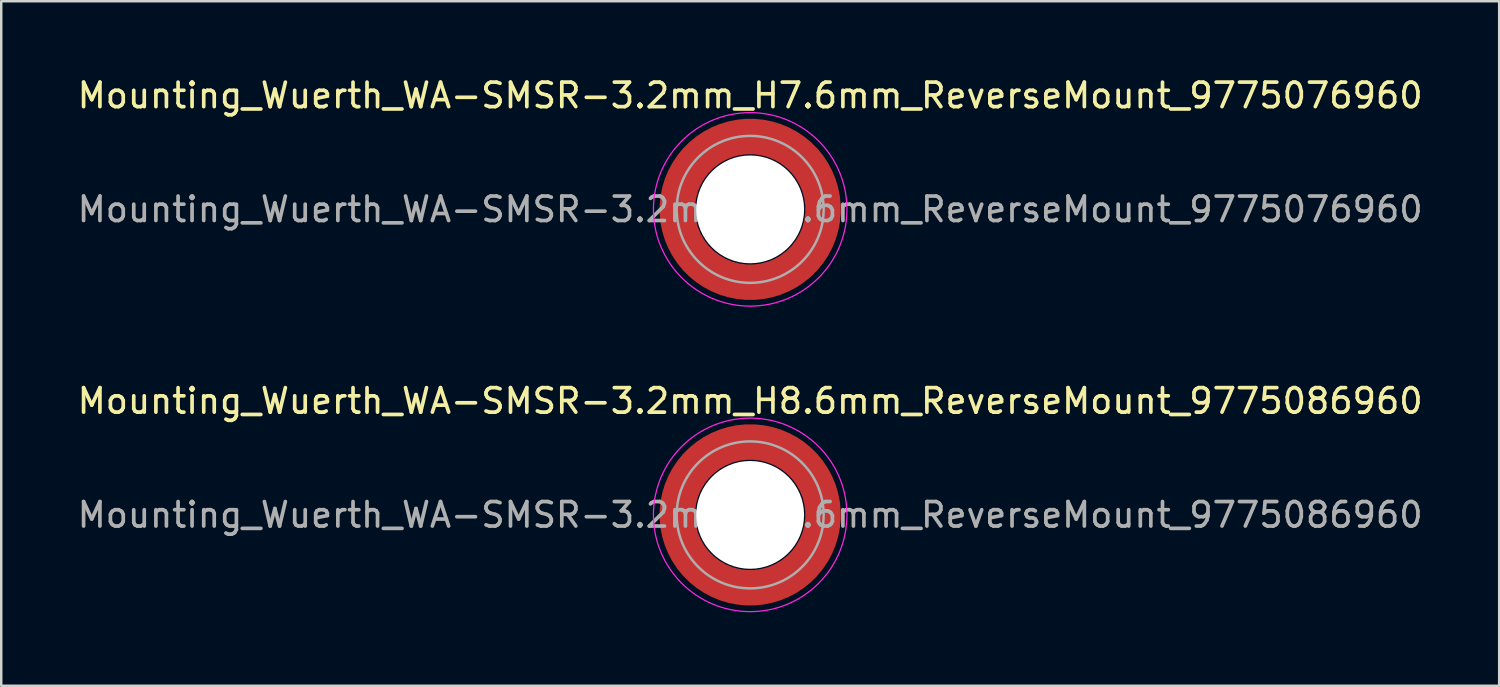
<source format=kicad_pcb>
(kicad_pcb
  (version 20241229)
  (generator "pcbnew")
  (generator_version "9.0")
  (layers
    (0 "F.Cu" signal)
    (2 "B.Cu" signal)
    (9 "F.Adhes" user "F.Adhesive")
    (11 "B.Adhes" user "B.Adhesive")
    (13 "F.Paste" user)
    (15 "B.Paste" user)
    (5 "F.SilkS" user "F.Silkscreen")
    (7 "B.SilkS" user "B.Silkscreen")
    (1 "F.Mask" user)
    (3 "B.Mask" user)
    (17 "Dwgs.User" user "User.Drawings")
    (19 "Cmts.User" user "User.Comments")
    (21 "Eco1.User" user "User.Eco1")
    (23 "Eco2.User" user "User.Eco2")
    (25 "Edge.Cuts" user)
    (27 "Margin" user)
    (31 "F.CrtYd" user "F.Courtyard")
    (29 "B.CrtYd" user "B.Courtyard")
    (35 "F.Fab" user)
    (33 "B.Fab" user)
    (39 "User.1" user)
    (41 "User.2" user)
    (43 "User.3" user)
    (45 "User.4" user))
  (footprint "Mounting_Wuerth_WA-SMSR-3.2mm_H7.6mm_ReverseMount_9775076960"
    (layer "F.Cu")
    (at 27.577 5.498)
    (property "Reference" "Mounting_Wuerth_WA-SMSR-3.2mm_H7.6mm_ReverseMount_9775076960" (at 0 -4.65 0) (layer "F.SilkS") (effects (font (size 1 1) (thickness 0.15))))
    (attr smd)
    (fp_circle (center 0 0) (end 3.95 0) (stroke (width 0.05) (type solid)) (fill no) (layer "F.CrtYd"))
    (fp_circle (center 0 0) (end 3 0) (stroke (width 0.1) (type solid)) (fill no) (layer "F.Fab"))
    (fp_text user "${REFERENCE}" (at 0 0 0) (layer "F.Fab") (effects (font (size 1 1) (thickness 0.15))))
    (pad "" smd custom (at -2.095 -2.095) (size 0.945 0.945) (layers "F.Paste") (options (anchor circle)) (primitives (gr_arc (start -0.24231 1.594804) (mid 0.404104 0.405534) (end 1.592827 -0.241886) (width 0.2)) (gr_arc (start -0.3398 1.594804) (mid 0.335987 0.338711) (end 1.591031 -0.339022) (width 0.2)) (gr_arc (start -0.437132 1.594804) (mid 0.268952 0.270807) (end 1.592231 -0.436623) (width 0.2)) (gr_arc (start -0.534324 1.594804) (mid 0.201345 0.203474) (end 1.591846 -0.53376) (width 0.2)) (gr_arc (start -0.631391 1.594804) (mid 0.134696 0.135183) (end 1.594126 -0.631267) (width 0.2)) (gr_arc (start -0.728345 1.594804) (mid 0.067234 0.067705) (end 1.594149 -0.728229) (width 0.2)) (gr_arc (start -0.825197 1.594804) (mid -0.001218 0.001219) (end 1.591408 -0.824614) (width 0.2)) (gr_arc (start -0.921958 1.594804) (mid -0.068952 -0.065985) (end 1.590665 -0.921269) (width 0.2)) (gr_arc (start -1.018637 1.594804) (mid -0.135972 -0.133906) (end 1.59192 -1.018172) (width 0.2)) (gr_arc (start -1.115239 1.594804) (mid -0.20428 -0.200537) (end 1.589574 -1.11442) (width 0.2)) (gr_arc (start -1.211773 1.594804) (mid -0.26993 -0.269828) (end 1.594662 -1.211752) (width 0.2)) (gr_arc (start -1.308244 1.594804) (mid -0.33911 -0.335587) (end 1.589875 -1.307516) (width 0.2)) (gr_arc (start -1.404657 1.594804) (mid -0.405633 -0.404004) (end 1.592524 -1.404331) (width 0.2)) (gr_arc (start -1.404657 1.594804) (mid -0.405633 -0.404004) (end 1.592524 -1.404331) (width 0.2)) (gr_line (start 1.595 -0.242) (end 1.595 -1.405) (width 0.2)) (gr_line (start -0.242 1.595) (end -1.405 1.595) (width 0.2))))
    (pad "" smd custom (at -2.095 2.095) (size 0.945 0.945) (layers "F.Paste") (options (anchor circle)) (primitives (gr_arc (start 1.594804 0.24231) (mid 0.405534 -0.404104) (end -0.241886 -1.592827) (width 0.2)) (gr_arc (start 1.594804 0.3398) (mid 0.338711 -0.335987) (end -0.339022 -1.591031) (width 0.2)) (gr_arc (start 1.594804 0.437132) (mid 0.270807 -0.268952) (end -0.436623 -1.592231) (width 0.2)) (gr_arc (start 1.594804 0.534324) (mid 0.203474 -0.201345) (end -0.53376 -1.591846) (width 0.2)) (gr_arc (start 1.594804 0.631391) (mid 0.135183 -0.134696) (end -0.631267 -1.594126) (width 0.2)) (gr_arc (start 1.594804 0.728345) (mid 0.067705 -0.067234) (end -0.728229 -1.594149) (width 0.2)) (gr_arc (start 1.594804 0.825197) (mid 0.001219 0.001218) (end -0.824614 -1.591408) (width 0.2)) (gr_arc (start 1.594804 0.921958) (mid -0.065985 0.068952) (end -0.921269 -1.590665) (width 0.2)) (gr_arc (start 1.594804 1.018637) (mid -0.133906 0.135972) (end -1.018172 -1.59192) (width 0.2)) (gr_arc (start 1.594804 1.115239) (mid -0.200537 0.20428) (end -1.11442 -1.589574) (width 0.2)) (gr_arc (start 1.594804 1.211773) (mid -0.269828 0.26993) (end -1.211752 -1.594662) (width 0.2)) (gr_arc (start 1.594804 1.308244) (mid -0.335587 0.33911) (end -1.307516 -1.589875) (width 0.2)) (gr_arc (start 1.594804 1.404657) (mid -0.404004 0.405633) (end -1.404331 -1.592524) (width 0.2)) (gr_arc (start 1.594804 1.404657) (mid -0.404004 0.405633) (end -1.404331 -1.592524) (width 0.2)) (gr_line (start -0.242 -1.595) (end -1.405 -1.595) (width 0.2)) (gr_line (start 1.595 0.242) (end 1.595 1.405) (width 0.2))))
    (pad "" np_thru_hole circle (at 0 0) (size 4.4 4.4) (drill 4.4) (layers "*.Cu" "*.Mask"))
    (pad "" smd custom (at 2.095 -2.095) (size 0.945 0.945) (layers "F.Paste") (options (anchor circle)) (primitives (gr_arc (start -1.594804 -0.24231) (mid -0.405534 0.404104) (end 0.241886 1.592827) (width 0.2)) (gr_arc (start -1.594804 -0.3398) (mid -0.338711 0.335987) (end 0.339022 1.591031) (width 0.2)) (gr_arc (start -1.594804 -0.437132) (mid -0.270807 0.268952) (end 0.436623 1.592231) (width 0.2)) (gr_arc (start -1.594804 -0.534324) (mid -0.203474 0.201345) (end 0.53376 1.591846) (width 0.2)) (gr_arc (start -1.594804 -0.631391) (mid -0.135183 0.134696) (end 0.631267 1.594126) (width 0.2)) (gr_arc (start -1.594804 -0.728345) (mid -0.067705 0.067234) (end 0.728229 1.594149) (width 0.2)) (gr_arc (start -1.594804 -0.825197) (mid -0.001219 -0.001218) (end 0.824614 1.591408) (width 0.2)) (gr_arc (start -1.594804 -0.921958) (mid 0.065985 -0.068952) (end 0.921269 1.590665) (width 0.2)) (gr_arc (start -1.594804 -1.018637) (mid 0.133906 -0.135972) (end 1.018172 1.59192) (width 0.2)) (gr_arc (start -1.594804 -1.115239) (mid 0.200537 -0.20428) (end 1.11442 1.589574) (width 0.2)) (gr_arc (start -1.594804 -1.211773) (mid 0.269828 -0.26993) (end 1.211752 1.594662) (width 0.2)) (gr_arc (start -1.594804 -1.308244) (mid 0.335587 -0.33911) (end 1.307516 1.589875) (width 0.2)) (gr_arc (start -1.594804 -1.404657) (mid 0.404004 -0.405633) (end 1.404331 1.592524) (width 0.2)) (gr_arc (start -1.594804 -1.404657) (mid 0.404004 -0.405633) (end 1.404331 1.592524) (width 0.2)) (gr_line (start 0.242 1.595) (end 1.405 1.595) (width 0.2)) (gr_line (start -1.595 -0.242) (end -1.595 -1.405) (width 0.2))))
    (pad "" smd custom (at 2.095 2.095) (size 0.945 0.945) (layers "F.Paste") (options (anchor circle)) (primitives (gr_arc (start 0.24231 -1.594804) (mid -0.404104 -0.405534) (end -1.592827 0.241886) (width 0.2)) (gr_arc (start 0.3398 -1.594804) (mid -0.335987 -0.338711) (end -1.591031 0.339022) (width 0.2)) (gr_arc (start 0.437132 -1.594804) (mid -0.268952 -0.270807) (end -1.592231 0.436623) (width 0.2)) (gr_arc (start 0.534324 -1.594804) (mid -0.201345 -0.203474) (end -1.591846 0.53376) (width 0.2)) (gr_arc (start 0.631391 -1.594804) (mid -0.134696 -0.135183) (end -1.594126 0.631267) (width 0.2)) (gr_arc (start 0.728345 -1.594804) (mid -0.067234 -0.067705) (end -1.594149 0.728229) (width 0.2)) (gr_arc (start 0.825197 -1.594804) (mid 0.001218 -0.001219) (end -1.591408 0.824614) (width 0.2)) (gr_arc (start 0.921958 -1.594804) (mid 0.068952 0.065985) (end -1.590665 0.921269) (width 0.2)) (gr_arc (start 1.018637 -1.594804) (mid 0.135972 0.133906) (end -1.59192 1.018172) (width 0.2)) (gr_arc (start 1.115239 -1.594804) (mid 0.20428 0.200537) (end -1.589574 1.11442) (width 0.2)) (gr_arc (start 1.211773 -1.594804) (mid 0.26993 0.269828) (end -1.594662 1.211752) (width 0.2)) (gr_arc (start 1.308244 -1.594804) (mid 0.33911 0.335587) (end -1.589875 1.307516) (width 0.2)) (gr_arc (start 1.404657 -1.594804) (mid 0.405633 0.404004) (end -1.592524 1.404331) (width 0.2)) (gr_arc (start 1.404657 -1.594804) (mid 0.405633 0.404004) (end -1.592524 1.404331) (width 0.2)) (gr_line (start -1.595 0.242) (end -1.595 1.405) (width 0.2)) (gr_line (start 0.242 -1.595) (end 1.405 -1.595) (width 0.2))))
    (pad "1" smd circle (at -2.975 0) (size 1.05 1.05) (layers "F.Cu"))
    (pad "1" smd circle (at 0 -2.975) (size 1.05 1.05) (layers "F.Cu"))
    (pad "1" smd circle (at 0 2.975) (size 1.05 1.05) (layers "F.Cu"))
    (pad "1" smd custom (at 2.975 0) (size 1.05 1.05) (layers "F.Cu" "F.Mask") (options (anchor circle)) (primitives (gr_circle (center -2.975 0) (end 0 0) (width 1.45) (fill no)))))
  (footprint "Mounting_Wuerth_WA-SMSR-3.2mm_H8.6mm_ReverseMount_9775086960"
    (layer "F.Cu")
    (at 27.577 17.971)
    (property "Reference" "Mounting_Wuerth_WA-SMSR-3.2mm_H8.6mm_ReverseMount_9775086960" (at 0 -4.65 0) (layer "F.SilkS") (effects (font (size 1 1) (thickness 0.15))))
    (attr smd)
    (fp_circle (center 0 0) (end 3.95 0) (stroke (width 0.05) (type solid)) (fill no) (layer "F.CrtYd"))
    (fp_circle (center 0 0) (end 3 0) (stroke (width 0.1) (type solid)) (fill no) (layer "F.Fab"))
    (fp_text user "${REFERENCE}" (at 0 0 0) (layer "F.Fab") (effects (font (size 1 1) (thickness 0.15))))
    (pad "" smd custom (at -2.095 -2.095) (size 0.945 0.945) (layers "F.Paste") (options (anchor circle)) (primitives (gr_arc (start -0.24231 1.594804) (mid 0.404104 0.405534) (end 1.592827 -0.241886) (width 0.2)) (gr_arc (start -0.3398 1.594804) (mid 0.335987 0.338711) (end 1.591031 -0.339022) (width 0.2)) (gr_arc (start -0.437132 1.594804) (mid 0.268952 0.270807) (end 1.592231 -0.436623) (width 0.2)) (gr_arc (start -0.534324 1.594804) (mid 0.201345 0.203474) (end 1.591846 -0.53376) (width 0.2)) (gr_arc (start -0.631391 1.594804) (mid 0.134696 0.135183) (end 1.594126 -0.631267) (width 0.2)) (gr_arc (start -0.728345 1.594804) (mid 0.067234 0.067705) (end 1.594149 -0.728229) (width 0.2)) (gr_arc (start -0.825197 1.594804) (mid -0.001218 0.001219) (end 1.591408 -0.824614) (width 0.2)) (gr_arc (start -0.921958 1.594804) (mid -0.068952 -0.065985) (end 1.590665 -0.921269) (width 0.2)) (gr_arc (start -1.018637 1.594804) (mid -0.135972 -0.133906) (end 1.59192 -1.018172) (width 0.2)) (gr_arc (start -1.115239 1.594804) (mid -0.20428 -0.200537) (end 1.589574 -1.11442) (width 0.2)) (gr_arc (start -1.211773 1.594804) (mid -0.26993 -0.269828) (end 1.594662 -1.211752) (width 0.2)) (gr_arc (start -1.308244 1.594804) (mid -0.33911 -0.335587) (end 1.589875 -1.307516) (width 0.2)) (gr_arc (start -1.404657 1.594804) (mid -0.405633 -0.404004) (end 1.592524 -1.404331) (width 0.2)) (gr_arc (start -1.404657 1.594804) (mid -0.405633 -0.404004) (end 1.592524 -1.404331) (width 0.2)) (gr_line (start 1.595 -0.242) (end 1.595 -1.405) (width 0.2)) (gr_line (start -0.242 1.595) (end -1.405 1.595) (width 0.2))))
    (pad "" smd custom (at -2.095 2.095) (size 0.945 0.945) (layers "F.Paste") (options (anchor circle)) (primitives (gr_arc (start 1.594804 0.24231) (mid 0.405534 -0.404104) (end -0.241886 -1.592827) (width 0.2)) (gr_arc (start 1.594804 0.3398) (mid 0.338711 -0.335987) (end -0.339022 -1.591031) (width 0.2)) (gr_arc (start 1.594804 0.437132) (mid 0.270807 -0.268952) (end -0.436623 -1.592231) (width 0.2)) (gr_arc (start 1.594804 0.534324) (mid 0.203474 -0.201345) (end -0.53376 -1.591846) (width 0.2)) (gr_arc (start 1.594804 0.631391) (mid 0.135183 -0.134696) (end -0.631267 -1.594126) (width 0.2)) (gr_arc (start 1.594804 0.728345) (mid 0.067705 -0.067234) (end -0.728229 -1.594149) (width 0.2)) (gr_arc (start 1.594804 0.825197) (mid 0.001219 0.001218) (end -0.824614 -1.591408) (width 0.2)) (gr_arc (start 1.594804 0.921958) (mid -0.065985 0.068952) (end -0.921269 -1.590665) (width 0.2)) (gr_arc (start 1.594804 1.018637) (mid -0.133906 0.135972) (end -1.018172 -1.59192) (width 0.2)) (gr_arc (start 1.594804 1.115239) (mid -0.200537 0.20428) (end -1.11442 -1.589574) (width 0.2)) (gr_arc (start 1.594804 1.211773) (mid -0.269828 0.26993) (end -1.211752 -1.594662) (width 0.2)) (gr_arc (start 1.594804 1.308244) (mid -0.335587 0.33911) (end -1.307516 -1.589875) (width 0.2)) (gr_arc (start 1.594804 1.404657) (mid -0.404004 0.405633) (end -1.404331 -1.592524) (width 0.2)) (gr_arc (start 1.594804 1.404657) (mid -0.404004 0.405633) (end -1.404331 -1.592524) (width 0.2)) (gr_line (start -0.242 -1.595) (end -1.405 -1.595) (width 0.2)) (gr_line (start 1.595 0.242) (end 1.595 1.405) (width 0.2))))
    (pad "" np_thru_hole circle (at 0 0) (size 4.4 4.4) (drill 4.4) (layers "*.Cu" "*.Mask"))
    (pad "" smd custom (at 2.095 -2.095) (size 0.945 0.945) (layers "F.Paste") (options (anchor circle)) (primitives (gr_arc (start -1.594804 -0.24231) (mid -0.405534 0.404104) (end 0.241886 1.592827) (width 0.2)) (gr_arc (start -1.594804 -0.3398) (mid -0.338711 0.335987) (end 0.339022 1.591031) (width 0.2)) (gr_arc (start -1.594804 -0.437132) (mid -0.270807 0.268952) (end 0.436623 1.592231) (width 0.2)) (gr_arc (start -1.594804 -0.534324) (mid -0.203474 0.201345) (end 0.53376 1.591846) (width 0.2)) (gr_arc (start -1.594804 -0.631391) (mid -0.135183 0.134696) (end 0.631267 1.594126) (width 0.2)) (gr_arc (start -1.594804 -0.728345) (mid -0.067705 0.067234) (end 0.728229 1.594149) (width 0.2)) (gr_arc (start -1.594804 -0.825197) (mid -0.001219 -0.001218) (end 0.824614 1.591408) (width 0.2)) (gr_arc (start -1.594804 -0.921958) (mid 0.065985 -0.068952) (end 0.921269 1.590665) (width 0.2)) (gr_arc (start -1.594804 -1.018637) (mid 0.133906 -0.135972) (end 1.018172 1.59192) (width 0.2)) (gr_arc (start -1.594804 -1.115239) (mid 0.200537 -0.20428) (end 1.11442 1.589574) (width 0.2)) (gr_arc (start -1.594804 -1.211773) (mid 0.269828 -0.26993) (end 1.211752 1.594662) (width 0.2)) (gr_arc (start -1.594804 -1.308244) (mid 0.335587 -0.33911) (end 1.307516 1.589875) (width 0.2)) (gr_arc (start -1.594804 -1.404657) (mid 0.404004 -0.405633) (end 1.404331 1.592524) (width 0.2)) (gr_arc (start -1.594804 -1.404657) (mid 0.404004 -0.405633) (end 1.404331 1.592524) (width 0.2)) (gr_line (start 0.242 1.595) (end 1.405 1.595) (width 0.2)) (gr_line (start -1.595 -0.242) (end -1.595 -1.405) (width 0.2))))
    (pad "" smd custom (at 2.095 2.095) (size 0.945 0.945) (layers "F.Paste") (options (anchor circle)) (primitives (gr_arc (start 0.24231 -1.594804) (mid -0.404104 -0.405534) (end -1.592827 0.241886) (width 0.2)) (gr_arc (start 0.3398 -1.594804) (mid -0.335987 -0.338711) (end -1.591031 0.339022) (width 0.2)) (gr_arc (start 0.437132 -1.594804) (mid -0.268952 -0.270807) (end -1.592231 0.436623) (width 0.2)) (gr_arc (start 0.534324 -1.594804) (mid -0.201345 -0.203474) (end -1.591846 0.53376) (width 0.2)) (gr_arc (start 0.631391 -1.594804) (mid -0.134696 -0.135183) (end -1.594126 0.631267) (width 0.2)) (gr_arc (start 0.728345 -1.594804) (mid -0.067234 -0.067705) (end -1.594149 0.728229) (width 0.2)) (gr_arc (start 0.825197 -1.594804) (mid 0.001218 -0.001219) (end -1.591408 0.824614) (width 0.2)) (gr_arc (start 0.921958 -1.594804) (mid 0.068952 0.065985) (end -1.590665 0.921269) (width 0.2)) (gr_arc (start 1.018637 -1.594804) (mid 0.135972 0.133906) (end -1.59192 1.018172) (width 0.2)) (gr_arc (start 1.115239 -1.594804) (mid 0.20428 0.200537) (end -1.589574 1.11442) (width 0.2)) (gr_arc (start 1.211773 -1.594804) (mid 0.26993 0.269828) (end -1.594662 1.211752) (width 0.2)) (gr_arc (start 1.308244 -1.594804) (mid 0.33911 0.335587) (end -1.589875 1.307516) (width 0.2)) (gr_arc (start 1.404657 -1.594804) (mid 0.405633 0.404004) (end -1.592524 1.404331) (width 0.2)) (gr_arc (start 1.404657 -1.594804) (mid 0.405633 0.404004) (end -1.592524 1.404331) (width 0.2)) (gr_line (start -1.595 0.242) (end -1.595 1.405) (width 0.2)) (gr_line (start 0.242 -1.595) (end 1.405 -1.595) (width 0.2))))
    (pad "1" smd circle (at -2.975 0) (size 1.05 1.05) (layers "F.Cu"))
    (pad "1" smd circle (at 0 -2.975) (size 1.05 1.05) (layers "F.Cu"))
    (pad "1" smd circle (at 0 2.975) (size 1.05 1.05) (layers "F.Cu"))
    (pad "1" smd custom (at 2.975 0) (size 1.05 1.05) (layers "F.Cu" "F.Mask") (options (anchor circle)) (primitives (gr_circle (center -2.975 0) (end 0 0) (width 1.45) (fill no)))))
  (gr_rect
    (start -3 -3)
    (end 58.155 24.947)
    (stroke (width 0.1) (type default))
    (fill no)
    (layer "Edge.Cuts")))
</source>
